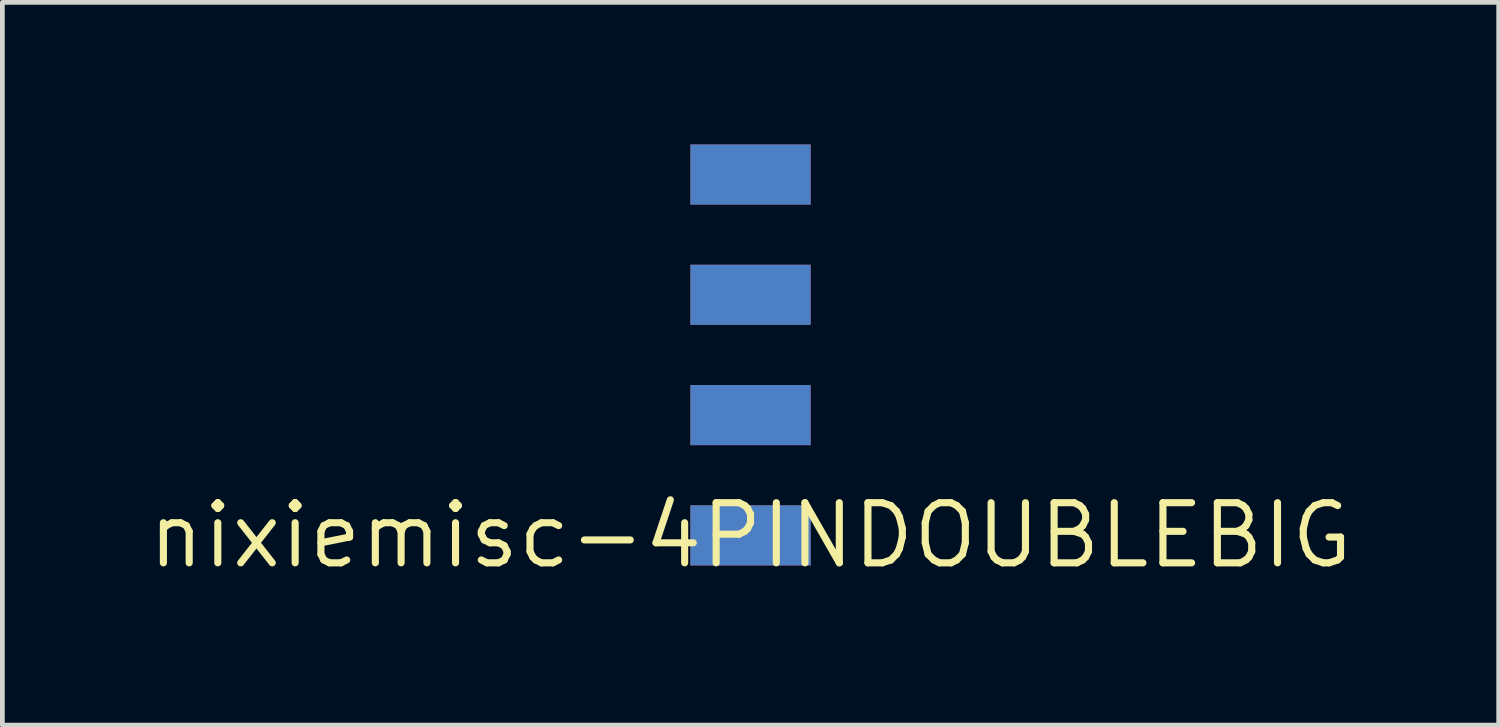
<source format=kicad_pcb>
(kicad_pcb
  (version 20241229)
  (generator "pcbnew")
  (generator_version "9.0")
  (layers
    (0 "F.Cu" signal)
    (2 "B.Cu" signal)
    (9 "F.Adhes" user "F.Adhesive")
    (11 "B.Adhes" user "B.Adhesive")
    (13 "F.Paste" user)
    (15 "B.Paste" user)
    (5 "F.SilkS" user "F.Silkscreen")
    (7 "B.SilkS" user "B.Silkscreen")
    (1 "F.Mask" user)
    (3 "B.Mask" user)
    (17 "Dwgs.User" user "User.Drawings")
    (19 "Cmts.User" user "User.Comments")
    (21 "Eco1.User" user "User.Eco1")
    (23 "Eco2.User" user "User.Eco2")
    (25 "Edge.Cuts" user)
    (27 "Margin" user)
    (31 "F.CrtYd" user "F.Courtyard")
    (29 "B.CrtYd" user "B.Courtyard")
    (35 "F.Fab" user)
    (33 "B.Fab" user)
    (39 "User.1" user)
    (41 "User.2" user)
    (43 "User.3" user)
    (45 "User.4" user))
  (footprint "nixiemisc-4PINDOUBLEBIG"
    (layer "F.Cu")
    (at 12.798 8.255)
    (property "Reference" "nixiemisc-4PINDOUBLEBIG" (at 0 0 0) (unlocked yes) (layer "F.SilkS") (effects (font (size 1.27 1.27) (thickness 0.15))))
    (attr smd)
    (pad "P$1" smd rect (at 0 0) (size 2.54 1.27) (layers "F.Cu" "F.Mask" "F.Paste"))
    (pad "P$2" smd rect (at 0 -2.54) (size 2.54 1.27) (layers "F.Cu" "F.Mask" "F.Paste"))
    (pad "P$3" smd rect (at 0 -5.08) (size 2.54 1.27) (layers "F.Cu" "F.Mask" "F.Paste"))
    (pad "P$4" smd rect (at 0 -7.62) (size 2.54 1.27) (layers "F.Cu" "F.Mask" "F.Paste"))
    (pad "P$5" smd rect (at 0 0) (size 2.54 1.27) (layers "B.Cu" "B.Mask"))
    (pad "P$6" smd rect (at 0 -2.54) (size 2.54 1.27) (layers "B.Cu" "B.Mask"))
    (pad "P$7" smd rect (at 0 -5.08) (size 2.54 1.27) (layers "B.Cu" "B.Mask"))
    (pad "P$8" smd rect (at 0 -7.62) (size 2.54 1.27) (layers "B.Cu" "B.Mask")))
  (gr_rect
    (start -3 -3)
    (end 28.596 12.261)
    (stroke (width 0.1) (type default))
    (fill no)
    (layer "Edge.Cuts")))
</source>
